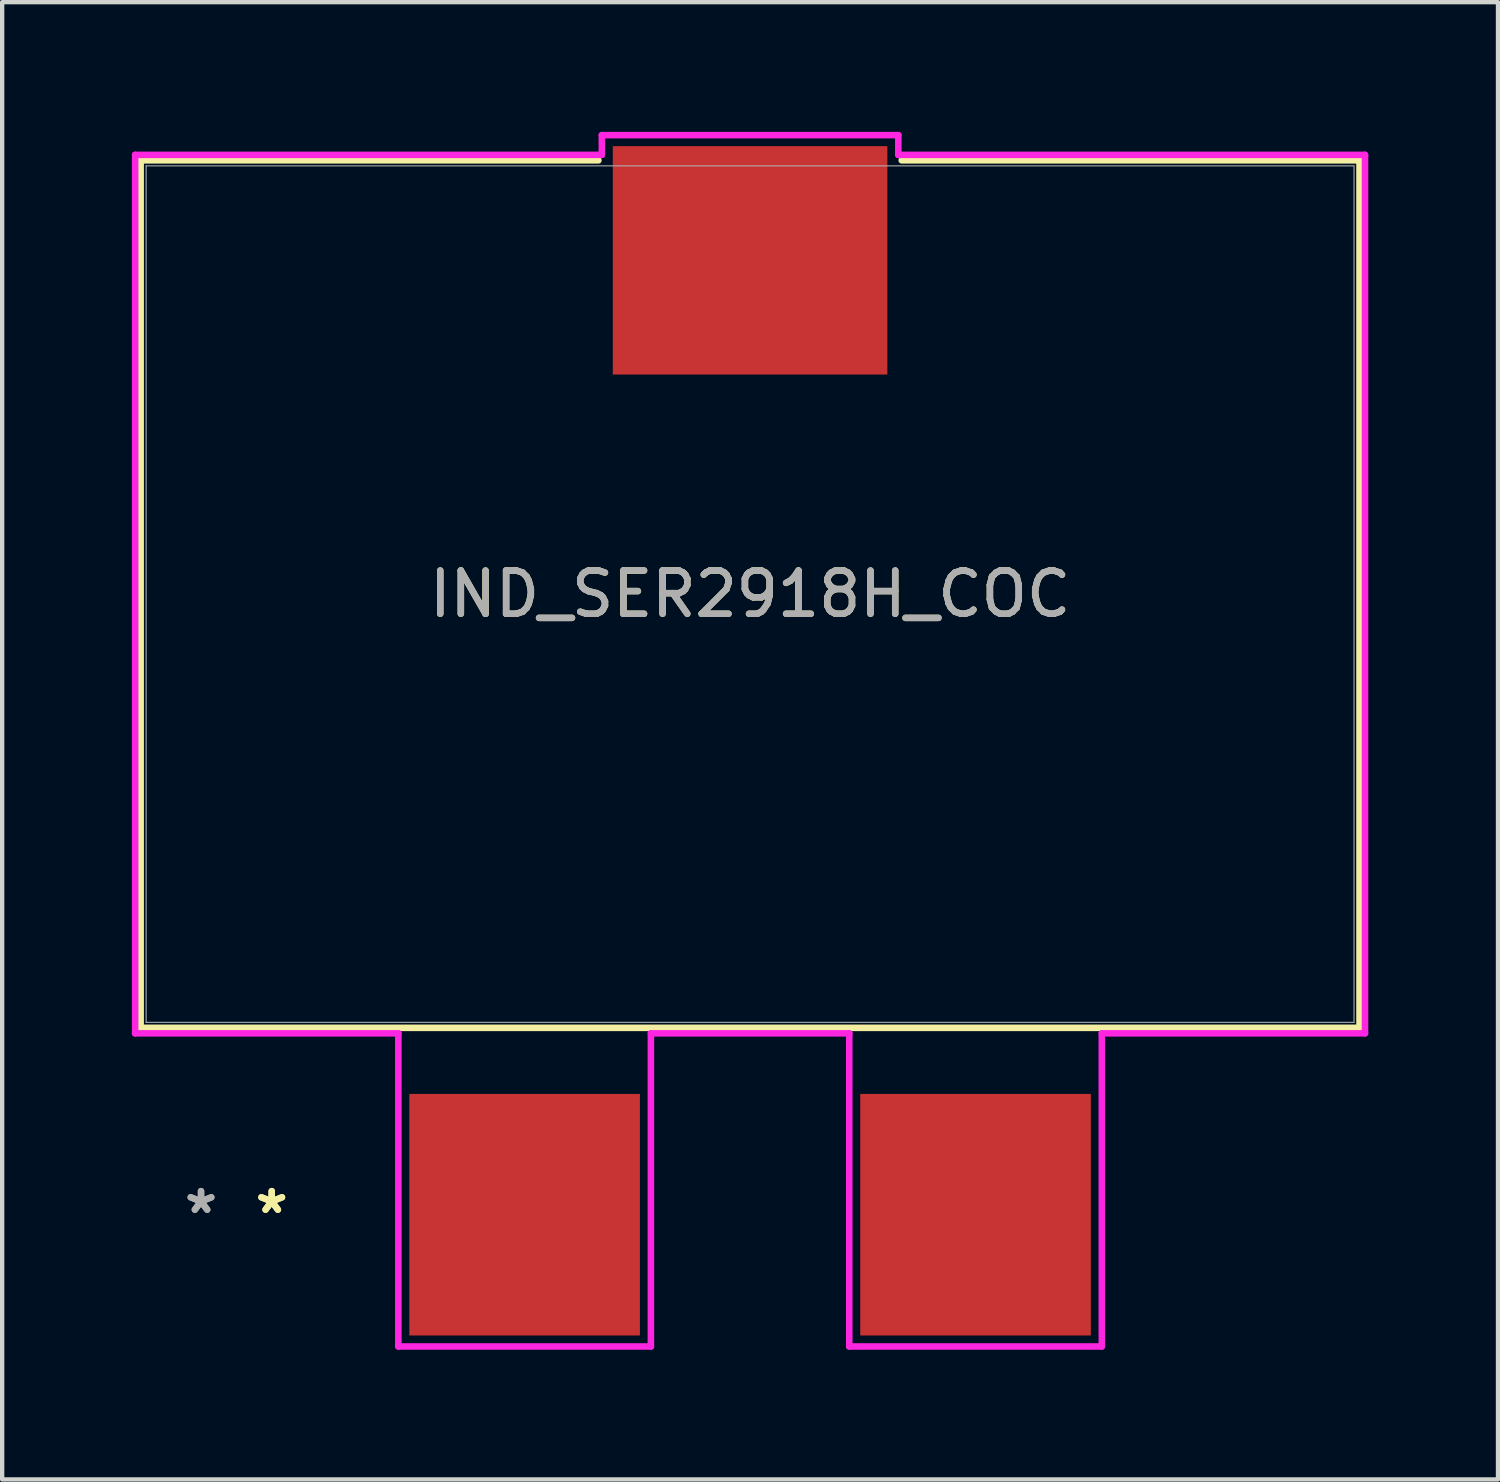
<source format=kicad_pcb>
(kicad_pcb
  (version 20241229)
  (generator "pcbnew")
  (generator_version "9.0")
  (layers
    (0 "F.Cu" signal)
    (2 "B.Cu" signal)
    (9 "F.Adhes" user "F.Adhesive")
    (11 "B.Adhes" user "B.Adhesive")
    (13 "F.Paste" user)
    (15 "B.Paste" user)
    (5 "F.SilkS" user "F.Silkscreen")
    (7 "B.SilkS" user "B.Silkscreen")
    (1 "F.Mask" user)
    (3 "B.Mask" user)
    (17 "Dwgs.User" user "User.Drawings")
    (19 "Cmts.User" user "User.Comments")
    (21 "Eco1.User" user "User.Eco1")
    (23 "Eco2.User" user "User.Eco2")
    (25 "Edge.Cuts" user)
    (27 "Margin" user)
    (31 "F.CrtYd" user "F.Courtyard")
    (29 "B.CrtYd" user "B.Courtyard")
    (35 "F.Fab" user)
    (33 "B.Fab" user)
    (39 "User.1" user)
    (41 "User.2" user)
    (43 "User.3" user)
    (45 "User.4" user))
  (footprint "IND_SER2918H_COC"
    (layer "F.Cu")
    (at 14.3 10.692)
    (property "Reference" "IND_SER2918H_COC" (at 0 0 0) (unlocked yes) (layer "F.SilkS") (effects (font (size 1 1) (thickness 0.15))))
    (attr smd)
    (fp_line (start -14.097 -10.033) (end -14.097 10.033) (stroke (width 0.152) (type solid)) (layer "F.SilkS"))
    (fp_line (start -14.097 10.033) (end 14.097 10.033) (stroke (width 0.152) (type solid)) (layer "F.SilkS"))
    (fp_line (start -3.508 -10.033) (end -14.097 -10.033) (stroke (width 0.152) (type solid)) (layer "F.SilkS"))
    (fp_line (start 14.097 -10.033) (end 3.508 -10.033) (stroke (width 0.152) (type solid)) (layer "F.SilkS"))
    (fp_line (start 14.097 10.033) (end 14.097 -10.033) (stroke (width 0.152) (type solid)) (layer "F.SilkS"))
    (fp_line (start -14.224 -10.16) (end -14.224 10.16) (stroke (width 0.152) (type solid)) (layer "F.CrtYd"))
    (fp_line (start -14.224 10.16) (end -8.136 10.16) (stroke (width 0.152) (type solid)) (layer "F.CrtYd"))
    (fp_line (start -8.136 10.16) (end -8.136 17.403) (stroke (width 0.152) (type solid)) (layer "F.CrtYd"))
    (fp_line (start -8.136 17.403) (end -2.294 17.403) (stroke (width 0.152) (type solid)) (layer "F.CrtYd"))
    (fp_line (start -3.429 -10.616) (end -3.429 -10.16) (stroke (width 0.152) (type solid)) (layer "F.CrtYd"))
    (fp_line (start -3.429 -10.16) (end -14.224 -10.16) (stroke (width 0.152) (type solid)) (layer "F.CrtYd"))
    (fp_line (start -2.294 10.16) (end 2.294 10.16) (stroke (width 0.152) (type solid)) (layer "F.CrtYd"))
    (fp_line (start -2.294 17.403) (end -2.294 10.16) (stroke (width 0.152) (type solid)) (layer "F.CrtYd"))
    (fp_line (start 2.294 10.16) (end 2.294 17.403) (stroke (width 0.152) (type solid)) (layer "F.CrtYd"))
    (fp_line (start 2.294 17.403) (end 8.136 17.403) (stroke (width 0.152) (type solid)) (layer "F.CrtYd"))
    (fp_line (start 3.429 -10.616) (end -3.429 -10.616) (stroke (width 0.152) (type solid)) (layer "F.CrtYd"))
    (fp_line (start 3.429 -10.16) (end 3.429 -10.616) (stroke (width 0.152) (type solid)) (layer "F.CrtYd"))
    (fp_line (start 8.136 10.16) (end 14.224 10.16) (stroke (width 0.152) (type solid)) (layer "F.CrtYd"))
    (fp_line (start 8.136 17.403) (end 8.136 10.16) (stroke (width 0.152) (type solid)) (layer "F.CrtYd"))
    (fp_line (start 14.224 -10.16) (end 3.429 -10.16) (stroke (width 0.152) (type solid)) (layer "F.CrtYd"))
    (fp_line (start 14.224 10.16) (end 14.224 -10.16) (stroke (width 0.152) (type solid)) (layer "F.CrtYd"))
    (fp_line (start -13.97 -9.906) (end -13.97 9.906) (stroke (width 0.025) (type solid)) (layer "F.Fab"))
    (fp_line (start -13.97 9.906) (end 13.97 9.906) (stroke (width 0.025) (type solid)) (layer "F.Fab"))
    (fp_line (start 13.97 -9.906) (end -13.97 -9.906) (stroke (width 0.025) (type solid)) (layer "F.Fab"))
    (fp_line (start 13.97 9.906) (end 13.97 -9.906) (stroke (width 0.025) (type solid)) (layer "F.Fab"))
    (fp_text user "*" (at -11.065 14.355 0) (layer "F.SilkS") (effects (font (size 1 1) (thickness 0.15))))
    (fp_text user "*" (at -11.065 14.355 0) (unlocked yes) (layer "F.SilkS") (effects (font (size 1 1) (thickness 0.15))))
    (fp_text user "*" (at -12.7 14.355 0) (unlocked yes) (layer "F.Fab") (effects (font (size 1 1) (thickness 0.15))))
    (fp_text user "${REFERENCE}" (at 0 0 0) (unlocked yes) (layer "F.Fab") (effects (font (size 1 1) (thickness 0.15))))
    (fp_text user "*" (at -12.7 14.355 0) (layer "F.Fab") (effects (font (size 1 1) (thickness 0.15))))
    (pad "1" smd rect (at -5.215 14.355) (size 5.334 5.588) (layers "F.Cu" "F.Mask" "F.Paste"))
    (pad "2" smd rect (at 5.215 14.355) (size 5.334 5.588) (layers "F.Cu" "F.Mask" "F.Paste"))
    (pad "3" smd rect (at 0 -7.72) (size 6.35 5.283) (layers "F.Cu" "F.Mask" "F.Paste")))
  (gr_rect
    (start -3 -3)
    (end 31.6 31.171)
    (stroke (width 0.1) (type default))
    (fill no)
    (layer "Edge.Cuts")))
</source>
